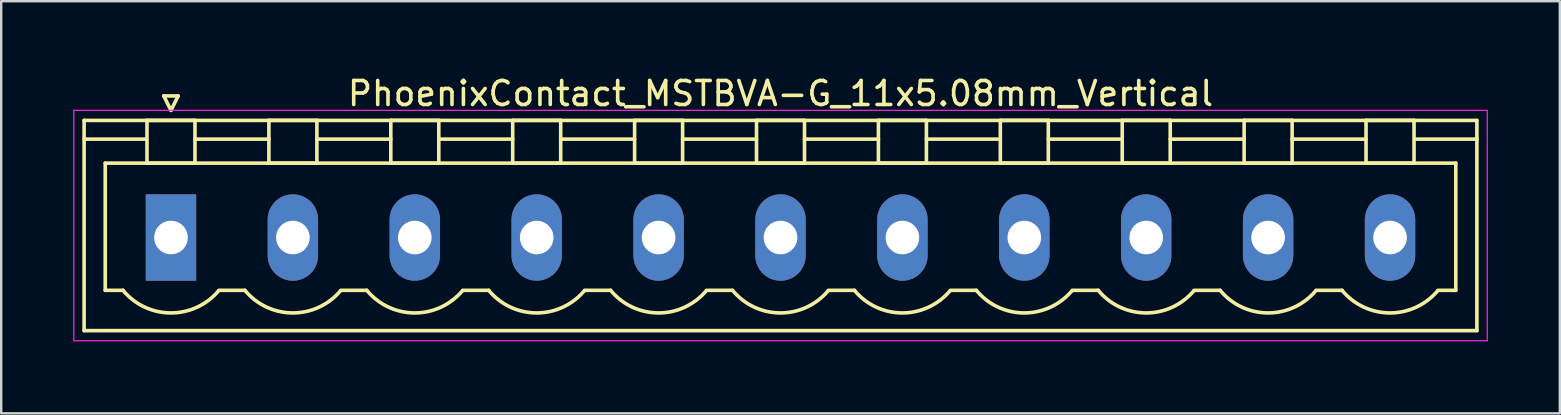
<source format=kicad_pcb>
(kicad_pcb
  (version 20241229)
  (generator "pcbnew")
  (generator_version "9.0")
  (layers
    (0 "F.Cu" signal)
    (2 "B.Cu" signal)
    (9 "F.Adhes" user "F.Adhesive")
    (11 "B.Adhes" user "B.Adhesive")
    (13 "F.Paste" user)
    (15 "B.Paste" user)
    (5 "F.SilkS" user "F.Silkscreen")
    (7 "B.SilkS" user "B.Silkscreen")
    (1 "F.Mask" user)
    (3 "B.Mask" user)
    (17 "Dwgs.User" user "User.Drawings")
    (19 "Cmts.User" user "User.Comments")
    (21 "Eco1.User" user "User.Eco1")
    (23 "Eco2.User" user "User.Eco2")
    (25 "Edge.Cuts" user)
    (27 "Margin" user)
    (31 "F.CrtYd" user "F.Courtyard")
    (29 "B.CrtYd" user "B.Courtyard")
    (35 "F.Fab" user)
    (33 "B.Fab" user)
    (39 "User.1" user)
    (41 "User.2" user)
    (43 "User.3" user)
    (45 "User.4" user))
  (footprint "PhoenixContact_MSTBVA-G_11x5.08mm_Vertical"
    (layer "F.Cu")
    (at 4.075 6.848)
    (property "Reference" "PhoenixContact_MSTBVA-G_11x5.08mm_Vertical" (at 25.4 -6 0) (layer "F.SilkS") (effects (font (size 1 1) (thickness 0.15))))
    (attr through_hole)
    (fp_line (start -3.62 -4.88) (end -3.62 3.88) (stroke (width 0.15) (type solid)) (layer "F.SilkS"))
    (fp_line (start -3.62 -4.1) (end -1.08 -4.1) (stroke (width 0.15) (type solid)) (layer "F.SilkS"))
    (fp_line (start -3.62 3.88) (end 54.42 3.88) (stroke (width 0.15) (type solid)) (layer "F.SilkS"))
    (fp_line (start -2.74 -3.1) (end 53.54 -3.1) (stroke (width 0.15) (type solid)) (layer "F.SilkS"))
    (fp_line (start -2.74 2.2) (end -2.74 -3.1) (stroke (width 0.15) (type solid)) (layer "F.SilkS"))
    (fp_line (start -2 2.2) (end -2.74 2.2) (stroke (width 0.15) (type solid)) (layer "F.SilkS"))
    (fp_line (start -1 -4.88) (end 1 -4.88) (stroke (width 0.15) (type solid)) (layer "F.SilkS"))
    (fp_line (start -1 -3.1) (end -1 -4.88) (stroke (width 0.15) (type solid)) (layer "F.SilkS"))
    (fp_line (start -0.3 -5.9) (end 0 -5.3) (stroke (width 0.15) (type solid)) (layer "F.SilkS"))
    (fp_line (start 0 -5.3) (end 0.3 -5.9) (stroke (width 0.15) (type solid)) (layer "F.SilkS"))
    (fp_line (start 0.3 -5.9) (end -0.3 -5.9) (stroke (width 0.15) (type solid)) (layer "F.SilkS"))
    (fp_line (start 1 -4.88) (end 1 -3.1) (stroke (width 0.15) (type solid)) (layer "F.SilkS"))
    (fp_line (start 1 -4.1) (end 4.08 -4.1) (stroke (width 0.15) (type solid)) (layer "F.SilkS"))
    (fp_line (start 1 -3.1) (end -1 -3.1) (stroke (width 0.15) (type solid)) (layer "F.SilkS"))
    (fp_line (start 2 2.2) (end 3.08 2.2) (stroke (width 0.15) (type solid)) (layer "F.SilkS"))
    (fp_line (start 4.08 -4.88) (end 6.08 -4.88) (stroke (width 0.15) (type solid)) (layer "F.SilkS"))
    (fp_line (start 4.08 -3.1) (end 4.08 -4.88) (stroke (width 0.15) (type solid)) (layer "F.SilkS"))
    (fp_line (start 6.08 -4.88) (end 6.08 -3.1) (stroke (width 0.15) (type solid)) (layer "F.SilkS"))
    (fp_line (start 6.08 -4.1) (end 9.16 -4.1) (stroke (width 0.15) (type solid)) (layer "F.SilkS"))
    (fp_line (start 6.08 -3.1) (end 4.08 -3.1) (stroke (width 0.15) (type solid)) (layer "F.SilkS"))
    (fp_line (start 7.08 2.2) (end 8.16 2.2) (stroke (width 0.15) (type solid)) (layer "F.SilkS"))
    (fp_line (start 9.16 -4.88) (end 11.16 -4.88) (stroke (width 0.15) (type solid)) (layer "F.SilkS"))
    (fp_line (start 9.16 -3.1) (end 9.16 -4.88) (stroke (width 0.15) (type solid)) (layer "F.SilkS"))
    (fp_line (start 11.16 -4.88) (end 11.16 -3.1) (stroke (width 0.15) (type solid)) (layer "F.SilkS"))
    (fp_line (start 11.16 -4.1) (end 14.24 -4.1) (stroke (width 0.15) (type solid)) (layer "F.SilkS"))
    (fp_line (start 11.16 -3.1) (end 9.16 -3.1) (stroke (width 0.15) (type solid)) (layer "F.SilkS"))
    (fp_line (start 12.16 2.2) (end 13.24 2.2) (stroke (width 0.15) (type solid)) (layer "F.SilkS"))
    (fp_line (start 14.24 -4.88) (end 16.24 -4.88) (stroke (width 0.15) (type solid)) (layer "F.SilkS"))
    (fp_line (start 14.24 -3.1) (end 14.24 -4.88) (stroke (width 0.15) (type solid)) (layer "F.SilkS"))
    (fp_line (start 16.24 -4.88) (end 16.24 -3.1) (stroke (width 0.15) (type solid)) (layer "F.SilkS"))
    (fp_line (start 16.24 -4.1) (end 19.32 -4.1) (stroke (width 0.15) (type solid)) (layer "F.SilkS"))
    (fp_line (start 16.24 -3.1) (end 14.24 -3.1) (stroke (width 0.15) (type solid)) (layer "F.SilkS"))
    (fp_line (start 17.24 2.2) (end 18.32 2.2) (stroke (width 0.15) (type solid)) (layer "F.SilkS"))
    (fp_line (start 19.32 -4.88) (end 21.32 -4.88) (stroke (width 0.15) (type solid)) (layer "F.SilkS"))
    (fp_line (start 19.32 -3.1) (end 19.32 -4.88) (stroke (width 0.15) (type solid)) (layer "F.SilkS"))
    (fp_line (start 21.32 -4.88) (end 21.32 -3.1) (stroke (width 0.15) (type solid)) (layer "F.SilkS"))
    (fp_line (start 21.32 -4.1) (end 24.4 -4.1) (stroke (width 0.15) (type solid)) (layer "F.SilkS"))
    (fp_line (start 21.32 -3.1) (end 19.32 -3.1) (stroke (width 0.15) (type solid)) (layer "F.SilkS"))
    (fp_line (start 22.32 2.2) (end 23.4 2.2) (stroke (width 0.15) (type solid)) (layer "F.SilkS"))
    (fp_line (start 24.4 -4.88) (end 26.4 -4.88) (stroke (width 0.15) (type solid)) (layer "F.SilkS"))
    (fp_line (start 24.4 -3.1) (end 24.4 -4.88) (stroke (width 0.15) (type solid)) (layer "F.SilkS"))
    (fp_line (start 26.4 -4.88) (end 26.4 -3.1) (stroke (width 0.15) (type solid)) (layer "F.SilkS"))
    (fp_line (start 26.4 -4.1) (end 29.48 -4.1) (stroke (width 0.15) (type solid)) (layer "F.SilkS"))
    (fp_line (start 26.4 -3.1) (end 24.4 -3.1) (stroke (width 0.15) (type solid)) (layer "F.SilkS"))
    (fp_line (start 27.4 2.2) (end 28.48 2.2) (stroke (width 0.15) (type solid)) (layer "F.SilkS"))
    (fp_line (start 29.48 -4.88) (end 31.48 -4.88) (stroke (width 0.15) (type solid)) (layer "F.SilkS"))
    (fp_line (start 29.48 -3.1) (end 29.48 -4.88) (stroke (width 0.15) (type solid)) (layer "F.SilkS"))
    (fp_line (start 31.48 -4.88) (end 31.48 -3.1) (stroke (width 0.15) (type solid)) (layer "F.SilkS"))
    (fp_line (start 31.48 -4.1) (end 34.56 -4.1) (stroke (width 0.15) (type solid)) (layer "F.SilkS"))
    (fp_line (start 31.48 -3.1) (end 29.48 -3.1) (stroke (width 0.15) (type solid)) (layer "F.SilkS"))
    (fp_line (start 32.48 2.2) (end 33.56 2.2) (stroke (width 0.15) (type solid)) (layer "F.SilkS"))
    (fp_line (start 34.56 -4.88) (end 36.56 -4.88) (stroke (width 0.15) (type solid)) (layer "F.SilkS"))
    (fp_line (start 34.56 -3.1) (end 34.56 -4.88) (stroke (width 0.15) (type solid)) (layer "F.SilkS"))
    (fp_line (start 36.56 -4.88) (end 36.56 -3.1) (stroke (width 0.15) (type solid)) (layer "F.SilkS"))
    (fp_line (start 36.56 -4.1) (end 39.64 -4.1) (stroke (width 0.15) (type solid)) (layer "F.SilkS"))
    (fp_line (start 36.56 -3.1) (end 34.56 -3.1) (stroke (width 0.15) (type solid)) (layer "F.SilkS"))
    (fp_line (start 37.56 2.2) (end 38.64 2.2) (stroke (width 0.15) (type solid)) (layer "F.SilkS"))
    (fp_line (start 39.64 -4.88) (end 41.64 -4.88) (stroke (width 0.15) (type solid)) (layer "F.SilkS"))
    (fp_line (start 39.64 -3.1) (end 39.64 -4.88) (stroke (width 0.15) (type solid)) (layer "F.SilkS"))
    (fp_line (start 41.64 -4.88) (end 41.64 -3.1) (stroke (width 0.15) (type solid)) (layer "F.SilkS"))
    (fp_line (start 41.64 -4.1) (end 44.72 -4.1) (stroke (width 0.15) (type solid)) (layer "F.SilkS"))
    (fp_line (start 41.64 -3.1) (end 39.64 -3.1) (stroke (width 0.15) (type solid)) (layer "F.SilkS"))
    (fp_line (start 42.64 2.2) (end 43.72 2.2) (stroke (width 0.15) (type solid)) (layer "F.SilkS"))
    (fp_line (start 44.72 -4.88) (end 46.72 -4.88) (stroke (width 0.15) (type solid)) (layer "F.SilkS"))
    (fp_line (start 44.72 -3.1) (end 44.72 -4.88) (stroke (width 0.15) (type solid)) (layer "F.SilkS"))
    (fp_line (start 46.72 -4.88) (end 46.72 -3.1) (stroke (width 0.15) (type solid)) (layer "F.SilkS"))
    (fp_line (start 46.72 -4.1) (end 49.8 -4.1) (stroke (width 0.15) (type solid)) (layer "F.SilkS"))
    (fp_line (start 46.72 -3.1) (end 44.72 -3.1) (stroke (width 0.15) (type solid)) (layer "F.SilkS"))
    (fp_line (start 47.72 2.2) (end 48.8 2.2) (stroke (width 0.15) (type solid)) (layer "F.SilkS"))
    (fp_line (start 49.8 -4.88) (end 51.8 -4.88) (stroke (width 0.15) (type solid)) (layer "F.SilkS"))
    (fp_line (start 49.8 -3.1) (end 49.8 -4.88) (stroke (width 0.15) (type solid)) (layer "F.SilkS"))
    (fp_line (start 51.8 -4.88) (end 51.8 -3.1) (stroke (width 0.15) (type solid)) (layer "F.SilkS"))
    (fp_line (start 51.8 -3.1) (end 49.8 -3.1) (stroke (width 0.15) (type solid)) (layer "F.SilkS"))
    (fp_line (start 53.54 -3.1) (end 53.54 2.2) (stroke (width 0.15) (type solid)) (layer "F.SilkS"))
    (fp_line (start 53.54 2.2) (end 52.8 2.2) (stroke (width 0.15) (type solid)) (layer "F.SilkS"))
    (fp_line (start 54.42 -4.88) (end -3.62 -4.88) (stroke (width 0.15) (type solid)) (layer "F.SilkS"))
    (fp_line (start 54.42 -4.1) (end 51.88 -4.1) (stroke (width 0.15) (type solid)) (layer "F.SilkS"))
    (fp_line (start 54.42 3.88) (end 54.42 -4.88) (stroke (width 0.15) (type solid)) (layer "F.SilkS"))
    (fp_arc (start 1.986842 2.215821) (mid -0.010289 3.142758) (end -2 2.2) (stroke (width 0.15) (type solid)) (layer "F.SilkS"))
    (fp_arc (start 7.066842 2.215821) (mid 5.069711 3.142758) (end 3.08 2.2) (stroke (width 0.15) (type solid)) (layer "F.SilkS"))
    (fp_arc (start 12.146842 2.215821) (mid 10.149711 3.142758) (end 8.16 2.2) (stroke (width 0.15) (type solid)) (layer "F.SilkS"))
    (fp_arc (start 17.226842 2.215821) (mid 15.229711 3.142758) (end 13.24 2.2) (stroke (width 0.15) (type solid)) (layer "F.SilkS"))
    (fp_arc (start 22.306842 2.215821) (mid 20.309711 3.142758) (end 18.32 2.2) (stroke (width 0.15) (type solid)) (layer "F.SilkS"))
    (fp_arc (start 27.386842 2.215821) (mid 25.389711 3.142758) (end 23.4 2.2) (stroke (width 0.15) (type solid)) (layer "F.SilkS"))
    (fp_arc (start 32.466842 2.215821) (mid 30.469711 3.142758) (end 28.48 2.2) (stroke (width 0.15) (type solid)) (layer "F.SilkS"))
    (fp_arc (start 37.546842 2.215821) (mid 35.549711 3.142758) (end 33.56 2.2) (stroke (width 0.15) (type solid)) (layer "F.SilkS"))
    (fp_arc (start 42.626842 2.215821) (mid 40.629711 3.142758) (end 38.64 2.2) (stroke (width 0.15) (type solid)) (layer "F.SilkS"))
    (fp_arc (start 47.706842 2.215821) (mid 45.709711 3.142758) (end 43.72 2.2) (stroke (width 0.15) (type solid)) (layer "F.SilkS"))
    (fp_arc (start 52.786842 2.215821) (mid 50.789711 3.142758) (end 48.8 2.2) (stroke (width 0.15) (type solid)) (layer "F.SilkS"))
    (fp_line (start -4.05 -5.3) (end -4.05 4.3) (stroke (width 0.05) (type solid)) (layer "F.CrtYd"))
    (fp_line (start -4.05 4.3) (end 54.85 4.3) (stroke (width 0.05) (type solid)) (layer "F.CrtYd"))
    (fp_line (start 54.85 -5.3) (end -4.05 -5.3) (stroke (width 0.05) (type solid)) (layer "F.CrtYd"))
    (fp_line (start 54.85 4.3) (end 54.85 -5.3) (stroke (width 0.05) (type solid)) (layer "F.CrtYd"))
    (pad "1" thru_hole rect (at 0 0) (size 2.1 3.6) (drill 1.4) (layers "*.Cu" "*.Mask"))
    (pad "2" thru_hole oval (at 5.08 0) (size 2.1 3.6) (drill 1.4) (layers "*.Cu" "*.Mask"))
    (pad "3" thru_hole oval (at 10.16 0) (size 2.1 3.6) (drill 1.4) (layers "*.Cu" "*.Mask"))
    (pad "4" thru_hole oval (at 15.24 0) (size 2.1 3.6) (drill 1.4) (layers "*.Cu" "*.Mask"))
    (pad "5" thru_hole oval (at 20.32 0) (size 2.1 3.6) (drill 1.4) (layers "*.Cu" "*.Mask"))
    (pad "6" thru_hole oval (at 25.4 0) (size 2.1 3.6) (drill 1.4) (layers "*.Cu" "*.Mask"))
    (pad "7" thru_hole oval (at 30.48 0) (size 2.1 3.6) (drill 1.4) (layers "*.Cu" "*.Mask"))
    (pad "8" thru_hole oval (at 35.56 0) (size 2.1 3.6) (drill 1.4) (layers "*.Cu" "*.Mask"))
    (pad "9" thru_hole oval (at 40.64 0) (size 2.1 3.6) (drill 1.4) (layers "*.Cu" "*.Mask"))
    (pad "10" thru_hole oval (at 45.72 0) (size 2.1 3.6) (drill 1.4) (layers "*.Cu" "*.Mask"))
    (pad "11" thru_hole oval (at 50.8 0) (size 2.1 3.6) (drill 1.4) (layers "*.Cu" "*.Mask")))
  (gr_rect
    (start -3 -3)
    (end 61.95 14.173)
    (stroke (width 0.1) (type default))
    (fill no)
    (layer "Edge.Cuts")))
</source>
